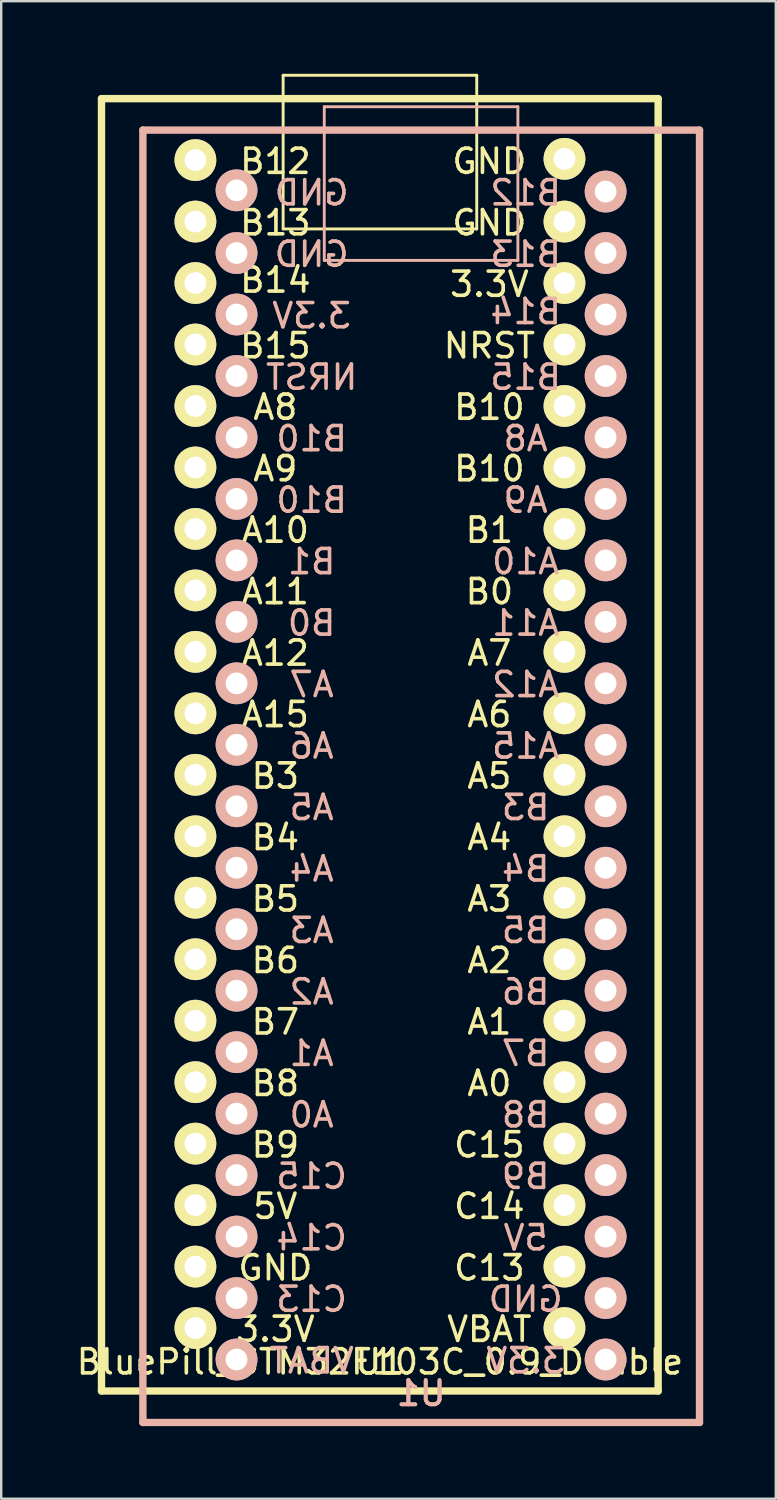
<source format=kicad_pcb>
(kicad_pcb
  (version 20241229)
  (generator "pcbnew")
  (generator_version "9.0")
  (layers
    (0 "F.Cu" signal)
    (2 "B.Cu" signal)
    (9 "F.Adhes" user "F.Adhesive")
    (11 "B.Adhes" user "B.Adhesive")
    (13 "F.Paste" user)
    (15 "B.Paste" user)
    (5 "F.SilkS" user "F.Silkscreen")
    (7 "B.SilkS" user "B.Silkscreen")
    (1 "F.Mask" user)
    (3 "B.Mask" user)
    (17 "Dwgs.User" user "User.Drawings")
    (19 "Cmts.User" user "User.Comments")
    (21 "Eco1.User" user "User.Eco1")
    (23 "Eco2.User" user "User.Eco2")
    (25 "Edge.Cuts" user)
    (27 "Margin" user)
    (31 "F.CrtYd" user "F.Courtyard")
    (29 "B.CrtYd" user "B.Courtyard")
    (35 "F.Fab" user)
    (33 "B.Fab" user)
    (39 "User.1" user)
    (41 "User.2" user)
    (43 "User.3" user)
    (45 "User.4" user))
  (footprint "BluePill_STM32F103C_0.9_Double"
    (layer "F.Cu")
    (at 12.649 27.616)
    (property "Reference" "BluePill_STM32F103C_0.9_Double" (at 0 25.606 180) (layer "F.SilkS") (effects (font (size 1 1) (thickness 0.15))))
    (attr through_hole)
    (fp_line (start -11.505 -26.59) (end 11.495 -26.59) (stroke (width 0.305) (type solid)) (layer "F.SilkS"))
    (fp_line (start -11.505 26.81) (end -11.505 -26.59) (stroke (width 0.305) (type solid)) (layer "F.SilkS"))
    (fp_line (start -4 -27.556) (end 4 -27.556) (stroke (width 0.12) (type solid)) (layer "F.SilkS"))
    (fp_line (start -4 -21.206) (end -4 -27.556) (stroke (width 0.12) (type solid)) (layer "F.SilkS"))
    (fp_line (start -4 -21.206) (end 4 -21.206) (stroke (width 0.12) (type solid)) (layer "F.SilkS"))
    (fp_line (start 4 -21.206) (end 4 -27.556) (stroke (width 0.12) (type solid)) (layer "F.SilkS"))
    (fp_line (start 11.495 -26.59) (end 11.495 26.81) (stroke (width 0.305) (type solid)) (layer "F.SilkS"))
    (fp_line (start 11.495 26.81) (end -11.505 26.81) (stroke (width 0.305) (type solid)) (layer "F.SilkS"))
    (fp_line (start -9.795 -25.29) (end -9.795 28.11) (stroke (width 0.305) (type solid)) (layer "B.SilkS"))
    (fp_line (start -9.795 28.11) (end 13.205 28.11) (stroke (width 0.305) (type solid)) (layer "B.SilkS"))
    (fp_line (start -2.3 -19.906) (end -2.3 -26.256) (stroke (width 0.12) (type solid)) (layer "B.SilkS"))
    (fp_line (start 5.7 -26.256) (end -2.3 -26.256) (stroke (width 0.12) (type solid)) (layer "B.SilkS"))
    (fp_line (start 5.7 -19.906) (end -2.3 -19.906) (stroke (width 0.12) (type solid)) (layer "B.SilkS"))
    (fp_line (start 5.7 -19.906) (end 5.7 -26.256) (stroke (width 0.12) (type solid)) (layer "B.SilkS"))
    (fp_line (start 13.205 -25.29) (end -9.795 -25.29) (stroke (width 0.305) (type solid)) (layer "B.SilkS"))
    (fp_line (start 13.205 28.11) (end 13.205 -25.29) (stroke (width 0.305) (type solid)) (layer "B.SilkS"))
    (fp_text user "U1" (at 0 25.606 180) (layer "F.SilkS") (effects (font (size 1 1) (thickness 0.15))))
    (fp_text user "3.3V" (at 4.522 -18.92 0) (layer "F.SilkS") (effects (font (size 1 1) (thickness 0.15))))
    (fp_text user "A7" (at 4.522 -3.68 0) (layer "F.SilkS") (effects (font (size 1 1) (thickness 0.15))))
    (fp_text user "B9" (at -4.321 16.64 0) (layer "F.SilkS") (effects (font (size 1 1) (thickness 0.15))))
    (fp_text user "A6" (at 4.522 -1.14 0) (layer "F.SilkS") (effects (font (size 1 1) (thickness 0.15))))
    (fp_text user "A0" (at 4.522 14.1 0) (layer "F.SilkS") (effects (font (size 1 1) (thickness 0.15))))
    (fp_text user "B8" (at -4.321 14.1 0) (layer "F.SilkS") (effects (font (size 1 1) (thickness 0.15))))
    (fp_text user "A12" (at -4.321 -3.68 0) (layer "F.SilkS") (effects (font (size 1 1) (thickness 0.15))))
    (fp_text user "A1" (at 4.522 11.56 0) (layer "F.SilkS") (effects (font (size 1 1) (thickness 0.15))))
    (fp_text user "B12" (at -4.321 -24 0) (layer "F.SilkS") (effects (font (size 1 1) (thickness 0.15))))
    (fp_text user "A5" (at 4.522 1.4 0) (layer "F.SilkS") (effects (font (size 1 1) (thickness 0.15))))
    (fp_text user "A2" (at 4.522 9.02 0) (layer "F.SilkS") (effects (font (size 1 1) (thickness 0.15))))
    (fp_text user "B3" (at -4.321 1.4 0) (layer "F.SilkS") (effects (font (size 1 1) (thickness 0.15))))
    (fp_text user "A8" (at -4.321 -13.84 0) (layer "F.SilkS") (effects (font (size 1 1) (thickness 0.15))))
    (fp_text user "A3" (at 4.522 6.48 0) (layer "F.SilkS") (effects (font (size 1 1) (thickness 0.15))))
    (fp_text user "C13" (at 4.522 21.72 0) (layer "F.SilkS") (effects (font (size 1 1) (thickness 0.15))))
    (fp_text user "GND" (at 4.522 -24 0) (layer "F.SilkS") (effects (font (size 1 1) (thickness 0.15))))
    (fp_text user "B15" (at -4.321 -16.38 0) (layer "F.SilkS") (effects (font (size 1 1) (thickness 0.15))))
    (fp_text user "B4" (at -4.321 3.94 0) (layer "F.SilkS") (effects (font (size 1 1) (thickness 0.15))))
    (fp_text user "VBAT" (at 4.522 24.26 0) (layer "F.SilkS") (effects (font (size 1 1) (thickness 0.15))))
    (fp_text user "5V" (at -4.321 19.18 0) (layer "F.SilkS") (effects (font (size 1 1) (thickness 0.15))))
    (fp_text user "B13" (at -4.321 -21.46 0) (layer "F.SilkS") (effects (font (size 1 1) (thickness 0.15))))
    (fp_text user "B7" (at -4.321 11.56 0) (layer "F.SilkS") (effects (font (size 1 1) (thickness 0.15))))
    (fp_text user "A15" (at -4.321 -1.14 0) (layer "F.SilkS") (effects (font (size 1 1) (thickness 0.15))))
    (fp_text user "B1" (at 4.522 -8.76 0) (layer "F.SilkS") (effects (font (size 1 1) (thickness 0.15))))
    (fp_text user "3.3V" (at -4.321 24.26 0) (layer "F.SilkS") (effects (font (size 1 1) (thickness 0.15))))
    (fp_text user "A10" (at -4.321 -8.76 0) (layer "F.SilkS") (effects (font (size 1 1) (thickness 0.15))))
    (fp_text user "B6" (at -4.321 9.02 0) (layer "F.SilkS") (effects (font (size 1 1) (thickness 0.15))))
    (fp_text user "U1" (at 0 25.606 180) (layer "F.SilkS") (effects (font (size 1 1) (thickness 0.15))))
    (fp_text user "A4" (at 4.522 3.94 0) (layer "F.SilkS") (effects (font (size 1 1) (thickness 0.15))))
    (fp_text user "GND" (at -4.321 21.72 0) (layer "F.SilkS") (effects (font (size 1 1) (thickness 0.15))))
    (fp_text user "B10" (at 4.522 -13.84 0) (layer "F.SilkS") (effects (font (size 1 1) (thickness 0.15))))
    (fp_text user "C14" (at 4.522 19.18 0) (layer "F.SilkS") (effects (font (size 1 1) (thickness 0.15))))
    (fp_text user "GND" (at 4.522 -21.46 0) (layer "F.SilkS") (effects (font (size 1 1) (thickness 0.15))))
    (fp_text user "C15" (at 4.522 16.64 0) (layer "F.SilkS") (effects (font (size 1 1) (thickness 0.15))))
    (fp_text user "B10" (at 4.522 -11.3 0) (layer "F.SilkS") (effects (font (size 1 1) (thickness 0.15))))
    (fp_text user "A11" (at -4.321 -6.22 0) (layer "F.SilkS") (effects (font (size 1 1) (thickness 0.15))))
    (fp_text user "B5" (at -4.321 6.48 0) (layer "F.SilkS") (effects (font (size 1 1) (thickness 0.15))))
    (fp_text user "B0" (at 4.522 -6.22 0) (layer "F.SilkS") (effects (font (size 1 1) (thickness 0.15))))
    (fp_text user "NRST" (at 4.522 -16.38 0) (layer "F.SilkS") (effects (font (size 1 1) (thickness 0.15))))
    (fp_text user "A9" (at -4.321 -11.3 0) (layer "F.SilkS") (effects (font (size 1 1) (thickness 0.15))))
    (fp_text user "B14" (at -4.321 -19.094 0) (layer "F.SilkS") (effects (font (size 1 1) (thickness 0.15))))
    (fp_text user "C14" (at -2.822 20.48 180) (layer "B.SilkS") (effects (font (size 1 1) (thickness 0.15)) (justify mirror)))
    (fp_text user "A4" (at -2.822 5.24 180) (layer "B.SilkS") (effects (font (size 1 1) (thickness 0.15)) (justify mirror)))
    (fp_text user "A3" (at -2.822 7.78 180) (layer "B.SilkS") (effects (font (size 1 1) (thickness 0.15)) (justify mirror)))
    (fp_text user "B9" (at 6.021 17.94 180) (layer "B.SilkS") (effects (font (size 1 1) (thickness 0.15)) (justify mirror)))
    (fp_text user "A11" (at 6.021 -4.92 180) (layer "B.SilkS") (effects (font (size 1 1) (thickness 0.15)) (justify mirror)))
    (fp_text user "C13" (at -2.822 23.02 180) (layer "B.SilkS") (effects (font (size 1 1) (thickness 0.15)) (justify mirror)))
    (fp_text user "A9" (at 6.021 -10 180) (layer "B.SilkS") (effects (font (size 1 1) (thickness 0.15)) (justify mirror)))
    (fp_text user "B4" (at 6.021 5.24 180) (layer "B.SilkS") (effects (font (size 1 1) (thickness 0.15)) (justify mirror)))
    (fp_text user "B0" (at -2.822 -4.92 180) (layer "B.SilkS") (effects (font (size 1 1) (thickness 0.15)) (justify mirror)))
    (fp_text user "B15" (at 6.021 -15.08 180) (layer "B.SilkS") (effects (font (size 1 1) (thickness 0.15)) (justify mirror)))
    (fp_text user "A0" (at -2.822 15.4 180) (layer "B.SilkS") (effects (font (size 1 1) (thickness 0.15)) (justify mirror)))
    (fp_text user "A2" (at -2.822 10.32 180) (layer "B.SilkS") (effects (font (size 1 1) (thickness 0.15)) (justify mirror)))
    (fp_text user "A6" (at -2.822 0.16 180) (layer "B.SilkS") (effects (font (size 1 1) (thickness 0.15)) (justify mirror)))
    (fp_text user "A10" (at 6.021 -7.46 180) (layer "B.SilkS") (effects (font (size 1 1) (thickness 0.15)) (justify mirror)))
    (fp_text user "U1" (at 1.7 26.906 0) (layer "B.SilkS") (effects (font (size 1 1) (thickness 0.15)) (justify mirror)))
    (fp_text user "B14" (at 6.021 -17.794 180) (layer "B.SilkS") (effects (font (size 1 1) (thickness 0.15)) (justify mirror)))
    (fp_text user "C15" (at -2.822 17.94 180) (layer "B.SilkS") (effects (font (size 1 1) (thickness 0.15)) (justify mirror)))
    (fp_text user "B1" (at -2.822 -7.46 180) (layer "B.SilkS") (effects (font (size 1 1) (thickness 0.15)) (justify mirror)))
    (fp_text user "B3" (at 6.021 2.7 180) (layer "B.SilkS") (effects (font (size 1 1) (thickness 0.15)) (justify mirror)))
    (fp_text user "B13" (at 6.021 -20.16 180) (layer "B.SilkS") (effects (font (size 1 1) (thickness 0.15)) (justify mirror)))
    (fp_text user "A15" (at 6.021 0.16 180) (layer "B.SilkS") (effects (font (size 1 1) (thickness 0.15)) (justify mirror)))
    (fp_text user "5V" (at 6.021 20.48 180) (layer "B.SilkS") (effects (font (size 1 1) (thickness 0.15)) (justify mirror)))
    (fp_text user "B8" (at 6.021 15.4 180) (layer "B.SilkS") (effects (font (size 1 1) (thickness 0.15)) (justify mirror)))
    (fp_text user "A7" (at -2.822 -2.38 180) (layer "B.SilkS") (effects (font (size 1 1) (thickness 0.15)) (justify mirror)))
    (fp_text user "B10" (at -2.822 -12.54 180) (layer "B.SilkS") (effects (font (size 1 1) (thickness 0.15)) (justify mirror)))
    (fp_text user "NRST" (at -2.822 -15.08 180) (layer "B.SilkS") (effects (font (size 1 1) (thickness 0.15)) (justify mirror)))
    (fp_text user "B5" (at 6.021 7.78 180) (layer "B.SilkS") (effects (font (size 1 1) (thickness 0.15)) (justify mirror)))
    (fp_text user "A12" (at 6.021 -2.38 180) (layer "B.SilkS") (effects (font (size 1 1) (thickness 0.15)) (justify mirror)))
    (fp_text user "3.3V" (at 6.021 25.56 180) (layer "B.SilkS") (effects (font (size 1 1) (thickness 0.15)) (justify mirror)))
    (fp_text user "B6" (at 6.021 10.32 180) (layer "B.SilkS") (effects (font (size 1 1) (thickness 0.15)) (justify mirror)))
    (fp_text user "3.3V" (at -2.822 -17.62 180) (layer "B.SilkS") (effects (font (size 1 1) (thickness 0.15)) (justify mirror)))
    (fp_text user "B10" (at -2.822 -10 180) (layer "B.SilkS") (effects (font (size 1 1) (thickness 0.15)) (justify mirror)))
    (fp_text user "U1" (at 1.7 26.906 0) (layer "B.SilkS") (effects (font (size 1 1) (thickness 0.15)) (justify mirror)))
    (fp_text user "A8" (at 6.021 -12.54 180) (layer "B.SilkS") (effects (font (size 1 1) (thickness 0.15)) (justify mirror)))
    (fp_text user "B12" (at 6.021 -22.7 180) (layer "B.SilkS") (effects (font (size 1 1) (thickness 0.15)) (justify mirror)))
    (fp_text user "A1" (at -2.822 12.86 180) (layer "B.SilkS") (effects (font (size 1 1) (thickness 0.15)) (justify mirror)))
    (fp_text user "VBAT" (at -2.822 25.56 180) (layer "B.SilkS") (effects (font (size 1 1) (thickness 0.15)) (justify mirror)))
    (fp_text user "U1" (at 1.7 26.906 0) (layer "B.SilkS") (effects (font (size 1 1) (thickness 0.15)) (justify mirror)))
    (fp_text user "B7" (at 6.021 12.86 180) (layer "B.SilkS") (effects (font (size 1 1) (thickness 0.15)) (justify mirror)))
    (fp_text user "GND" (at -2.822 -20.16 180) (layer "B.SilkS") (effects (font (size 1 1) (thickness 0.15)) (justify mirror)))
    (fp_text user "GND" (at 6.021 23.02 180) (layer "B.SilkS") (effects (font (size 1 1) (thickness 0.15)) (justify mirror)))
    (fp_text user "A5" (at -2.822 2.7 180) (layer "B.SilkS") (effects (font (size 1 1) (thickness 0.15)) (justify mirror)))
    (fp_text user "GND" (at -2.822 -22.7 180) (layer "B.SilkS") (effects (font (size 1 1) (thickness 0.15)) (justify mirror)))
    (pad "1" thru_hole circle (at -7.625 -24.051 270) (size 1.727 1.727) (drill 0.9) (layers "*.Cu" "*.Mask" "F.SilkS"))
    (pad "1" thru_hole circle (at 9.325 -22.751 270) (size 1.727 1.727) (drill 0.9) (layers "*.Cu" "*.Mask" "B.SilkS"))
    (pad "2" thru_hole oval (at -7.625 -21.511 270) (size 1.727 1.727) (drill 0.9) (layers "*.Cu" "*.Mask" "F.SilkS"))
    (pad "2" thru_hole oval (at 9.325 -20.211 270) (size 1.727 1.727) (drill 0.9) (layers "*.Cu" "*.Mask" "B.SilkS"))
    (pad "3" thru_hole oval (at -7.625 -18.971 270) (size 1.727 1.727) (drill 0.9) (layers "*.Cu" "*.Mask" "F.SilkS"))
    (pad "3" thru_hole oval (at 9.325 -17.671 270) (size 1.727 1.727) (drill 0.9) (layers "*.Cu" "*.Mask" "B.SilkS"))
    (pad "4" thru_hole oval (at -7.625 -16.431 270) (size 1.727 1.727) (drill 0.9) (layers "*.Cu" "*.Mask" "F.SilkS"))
    (pad "4" thru_hole oval (at 9.325 -15.131 270) (size 1.727 1.727) (drill 0.9) (layers "*.Cu" "*.Mask" "B.SilkS"))
    (pad "5" thru_hole oval (at -7.625 -13.891 270) (size 1.727 1.727) (drill 0.9) (layers "*.Cu" "*.Mask" "F.SilkS"))
    (pad "5" thru_hole oval (at 9.325 -12.591 270) (size 1.727 1.727) (drill 0.9) (layers "*.Cu" "*.Mask" "B.SilkS"))
    (pad "6" thru_hole oval (at -7.625 -11.351 270) (size 1.727 1.727) (drill 0.9) (layers "*.Cu" "*.Mask" "F.SilkS"))
    (pad "6" thru_hole oval (at 9.325 -10.051 270) (size 1.727 1.727) (drill 0.9) (layers "*.Cu" "*.Mask" "B.SilkS"))
    (pad "7" thru_hole oval (at -7.625 -8.811 270) (size 1.727 1.727) (drill 0.9) (layers "*.Cu" "*.Mask" "F.SilkS"))
    (pad "7" thru_hole oval (at 9.325 -7.511 270) (size 1.727 1.727) (drill 0.9) (layers "*.Cu" "*.Mask" "B.SilkS"))
    (pad "8" thru_hole oval (at -7.625 -6.271 270) (size 1.727 1.727) (drill 0.9) (layers "*.Cu" "*.Mask" "F.SilkS"))
    (pad "8" thru_hole oval (at 9.325 -4.971 270) (size 1.727 1.727) (drill 0.9) (layers "*.Cu" "*.Mask" "B.SilkS"))
    (pad "9" thru_hole oval (at -7.625 -3.731 270) (size 1.727 1.727) (drill 0.9) (layers "*.Cu" "*.Mask" "F.SilkS"))
    (pad "9" thru_hole oval (at 9.325 -2.431 270) (size 1.727 1.727) (drill 0.9) (layers "*.Cu" "*.Mask" "B.SilkS"))
    (pad "10" thru_hole oval (at -7.625 -1.191 270) (size 1.727 1.727) (drill 0.9) (layers "*.Cu" "*.Mask" "F.SilkS"))
    (pad "10" thru_hole oval (at 9.325 0.109 270) (size 1.727 1.727) (drill 0.9) (layers "*.Cu" "*.Mask" "B.SilkS"))
    (pad "11" thru_hole oval (at -7.625 1.349 270) (size 1.727 1.727) (drill 0.9) (layers "*.Cu" "*.Mask" "F.SilkS"))
    (pad "11" thru_hole oval (at 9.325 2.649 270) (size 1.727 1.727) (drill 0.9) (layers "*.Cu" "*.Mask" "B.SilkS"))
    (pad "12" thru_hole oval (at -7.625 3.889 270) (size 1.727 1.727) (drill 0.9) (layers "*.Cu" "*.Mask" "F.SilkS"))
    (pad "12" thru_hole oval (at 9.325 5.189 270) (size 1.727 1.727) (drill 0.9) (layers "*.Cu" "*.Mask" "B.SilkS"))
    (pad "13" thru_hole oval (at -7.625 6.429 270) (size 1.727 1.727) (drill 0.9) (layers "*.Cu" "*.Mask" "F.SilkS"))
    (pad "13" thru_hole oval (at 9.325 7.729 270) (size 1.727 1.727) (drill 0.9) (layers "*.Cu" "*.Mask" "B.SilkS"))
    (pad "14" thru_hole oval (at -7.625 8.969 270) (size 1.727 1.727) (drill 0.9) (layers "*.Cu" "*.Mask" "F.SilkS"))
    (pad "14" thru_hole oval (at 9.325 10.269 270) (size 1.727 1.727) (drill 0.9) (layers "*.Cu" "*.Mask" "B.SilkS"))
    (pad "15" thru_hole oval (at -7.625 11.509 270) (size 1.727 1.727) (drill 0.9) (layers "*.Cu" "*.Mask" "F.SilkS"))
    (pad "15" thru_hole oval (at 9.325 12.809 270) (size 1.727 1.727) (drill 0.9) (layers "*.Cu" "*.Mask" "B.SilkS"))
    (pad "16" thru_hole oval (at -7.625 14.049 270) (size 1.727 1.727) (drill 0.9) (layers "*.Cu" "*.Mask" "F.SilkS"))
    (pad "16" thru_hole oval (at 9.325 15.349 270) (size 1.727 1.727) (drill 0.9) (layers "*.Cu" "*.Mask" "B.SilkS"))
    (pad "17" thru_hole oval (at -7.625 16.589 270) (size 1.727 1.727) (drill 0.9) (layers "*.Cu" "*.Mask" "F.SilkS"))
    (pad "17" thru_hole oval (at 9.325 17.889 270) (size 1.727 1.727) (drill 0.9) (layers "*.Cu" "*.Mask" "B.SilkS"))
    (pad "18" thru_hole oval (at -7.625 19.129 270) (size 1.727 1.727) (drill 0.9) (layers "*.Cu" "*.Mask" "F.SilkS"))
    (pad "18" thru_hole oval (at 9.325 20.429 270) (size 1.727 1.727) (drill 0.9) (layers "*.Cu" "*.Mask" "B.SilkS"))
    (pad "19" thru_hole oval (at -7.625 21.669 270) (size 1.727 1.727) (drill 0.9) (layers "*.Cu" "*.Mask" "F.SilkS"))
    (pad "19" thru_hole oval (at 9.325 22.969 270) (size 1.727 1.727) (drill 0.9) (layers "*.Cu" "*.Mask" "B.SilkS"))
    (pad "20" thru_hole oval (at -7.625 24.209 270) (size 1.727 1.727) (drill 0.9) (layers "*.Cu" "*.Mask" "F.SilkS"))
    (pad "20" thru_hole oval (at 9.325 25.509 270) (size 1.727 1.727) (drill 0.9) (layers "*.Cu" "*.Mask" "B.SilkS"))
    (pad "21" thru_hole oval (at -5.925 25.509 90) (size 1.727 1.727) (drill 0.9) (layers "*.Cu" "*.Mask" "B.SilkS"))
    (pad "21" thru_hole oval (at 7.625 24.209 90) (size 1.727 1.727) (drill 0.9) (layers "*.Cu" "*.Mask" "F.SilkS"))
    (pad "22" thru_hole oval (at -5.925 22.969 90) (size 1.727 1.727) (drill 0.9) (layers "*.Cu" "*.Mask" "B.SilkS"))
    (pad "22" thru_hole oval (at 7.625 21.669 90) (size 1.727 1.727) (drill 0.9) (layers "*.Cu" "*.Mask" "F.SilkS"))
    (pad "23" thru_hole oval (at -5.925 20.429 90) (size 1.727 1.727) (drill 0.9) (layers "*.Cu" "*.Mask" "B.SilkS"))
    (pad "23" thru_hole oval (at 7.625 19.129 90) (size 1.727 1.727) (drill 0.9) (layers "*.Cu" "*.Mask" "F.SilkS"))
    (pad "24" thru_hole oval (at -5.925 17.889 90) (size 1.727 1.727) (drill 0.9) (layers "*.Cu" "*.Mask" "B.SilkS"))
    (pad "24" thru_hole oval (at 7.625 16.589 90) (size 1.727 1.727) (drill 0.9) (layers "*.Cu" "*.Mask" "F.SilkS"))
    (pad "25" thru_hole oval (at -5.925 15.349 90) (size 1.727 1.727) (drill 0.9) (layers "*.Cu" "*.Mask" "B.SilkS"))
    (pad "25" thru_hole oval (at 7.625 14.049 90) (size 1.727 1.727) (drill 0.9) (layers "*.Cu" "*.Mask" "F.SilkS"))
    (pad "26" thru_hole oval (at -5.925 12.809 90) (size 1.727 1.727) (drill 0.9) (layers "*.Cu" "*.Mask" "B.SilkS"))
    (pad "26" thru_hole oval (at 7.625 11.509 90) (size 1.727 1.727) (drill 0.9) (layers "*.Cu" "*.Mask" "F.SilkS"))
    (pad "27" thru_hole oval (at -5.925 10.269 90) (size 1.727 1.727) (drill 0.9) (layers "*.Cu" "*.Mask" "B.SilkS"))
    (pad "27" thru_hole oval (at 7.625 8.969 90) (size 1.727 1.727) (drill 0.9) (layers "*.Cu" "*.Mask" "F.SilkS"))
    (pad "28" thru_hole oval (at -5.925 7.729 90) (size 1.727 1.727) (drill 0.9) (layers "*.Cu" "*.Mask" "B.SilkS"))
    (pad "28" thru_hole oval (at 7.625 6.429 90) (size 1.727 1.727) (drill 0.9) (layers "*.Cu" "*.Mask" "F.SilkS"))
    (pad "29" thru_hole oval (at -5.925 5.189 90) (size 1.727 1.727) (drill 0.9) (layers "*.Cu" "*.Mask" "B.SilkS"))
    (pad "29" thru_hole oval (at 7.625 3.889 90) (size 1.727 1.727) (drill 0.9) (layers "*.Cu" "*.Mask" "F.SilkS"))
    (pad "30" thru_hole oval (at -5.925 2.649 90) (size 1.727 1.727) (drill 0.9) (layers "*.Cu" "*.Mask" "B.SilkS"))
    (pad "30" thru_hole oval (at 7.625 1.349 90) (size 1.727 1.727) (drill 0.9) (layers "*.Cu" "*.Mask" "F.SilkS"))
    (pad "31" thru_hole oval (at -5.925 0.109 90) (size 1.727 1.727) (drill 0.9) (layers "*.Cu" "*.Mask" "B.SilkS"))
    (pad "31" thru_hole oval (at 7.625 -1.191 90) (size 1.727 1.727) (drill 0.9) (layers "*.Cu" "*.Mask" "F.SilkS"))
    (pad "32" thru_hole oval (at -5.925 -2.431 90) (size 1.727 1.727) (drill 0.9) (layers "*.Cu" "*.Mask" "B.SilkS"))
    (pad "32" thru_hole oval (at 7.625 -3.731 90) (size 1.727 1.727) (drill 0.9) (layers "*.Cu" "*.Mask" "F.SilkS"))
    (pad "33" thru_hole oval (at -5.925 -4.971 90) (size 1.727 1.727) (drill 0.9) (layers "*.Cu" "*.Mask" "B.SilkS"))
    (pad "33" thru_hole oval (at 7.625 -6.271 90) (size 1.727 1.727) (drill 0.9) (layers "*.Cu" "*.Mask" "F.SilkS"))
    (pad "34" thru_hole oval (at -5.925 -7.511 90) (size 1.727 1.727) (drill 0.9) (layers "*.Cu" "*.Mask" "B.SilkS"))
    (pad "34" thru_hole oval (at 7.625 -8.811 90) (size 1.727 1.727) (drill 0.9) (layers "*.Cu" "*.Mask" "F.SilkS"))
    (pad "35" thru_hole oval (at -5.925 -10.051 90) (size 1.727 1.727) (drill 0.9) (layers "*.Cu" "*.Mask" "B.SilkS"))
    (pad "35" thru_hole oval (at 7.625 -11.351 90) (size 1.727 1.727) (drill 0.9) (layers "*.Cu" "*.Mask" "F.SilkS"))
    (pad "36" thru_hole oval (at -5.925 -12.591 90) (size 1.727 1.727) (drill 0.9) (layers "*.Cu" "*.Mask" "B.SilkS"))
    (pad "36" thru_hole oval (at 7.625 -13.891 90) (size 1.727 1.727) (drill 0.9) (layers "*.Cu" "*.Mask" "F.SilkS"))
    (pad "37" thru_hole oval (at -5.925 -15.131 90) (size 1.727 1.727) (drill 0.9) (layers "*.Cu" "*.Mask" "B.SilkS"))
    (pad "37" thru_hole oval (at 7.625 -16.431 90) (size 1.727 1.727) (drill 0.9) (layers "*.Cu" "*.Mask" "F.SilkS"))
    (pad "38" thru_hole oval (at -5.925 -17.671 90) (size 1.727 1.727) (drill 0.9) (layers "*.Cu" "*.Mask" "B.SilkS"))
    (pad "38" thru_hole oval (at 7.625 -18.971 90) (size 1.727 1.727) (drill 0.9) (layers "*.Cu" "*.Mask" "F.SilkS"))
    (pad "39" thru_hole oval (at -5.925 -20.211 90) (size 1.727 1.727) (drill 0.9) (layers "*.Cu" "*.Mask" "B.SilkS"))
    (pad "39" thru_hole oval (at 7.625 -21.511 90) (size 1.727 1.727) (drill 0.9) (layers "*.Cu" "*.Mask" "F.SilkS"))
    (pad "40" thru_hole oval (at -5.925 -22.802 90) (size 1.727 1.727) (drill 0.9) (layers "*.Cu" "*.Mask" "B.SilkS"))
    (pad "40" thru_hole oval (at 7.625 -24.102 90) (size 1.727 1.727) (drill 0.9) (layers "*.Cu" "*.Mask" "F.SilkS")))
  (gr_rect
    (start -3 -3)
    (end 29.006 58.878)
    (stroke (width 0.1) (type default))
    (fill no)
    (layer "Edge.Cuts")))
</source>
